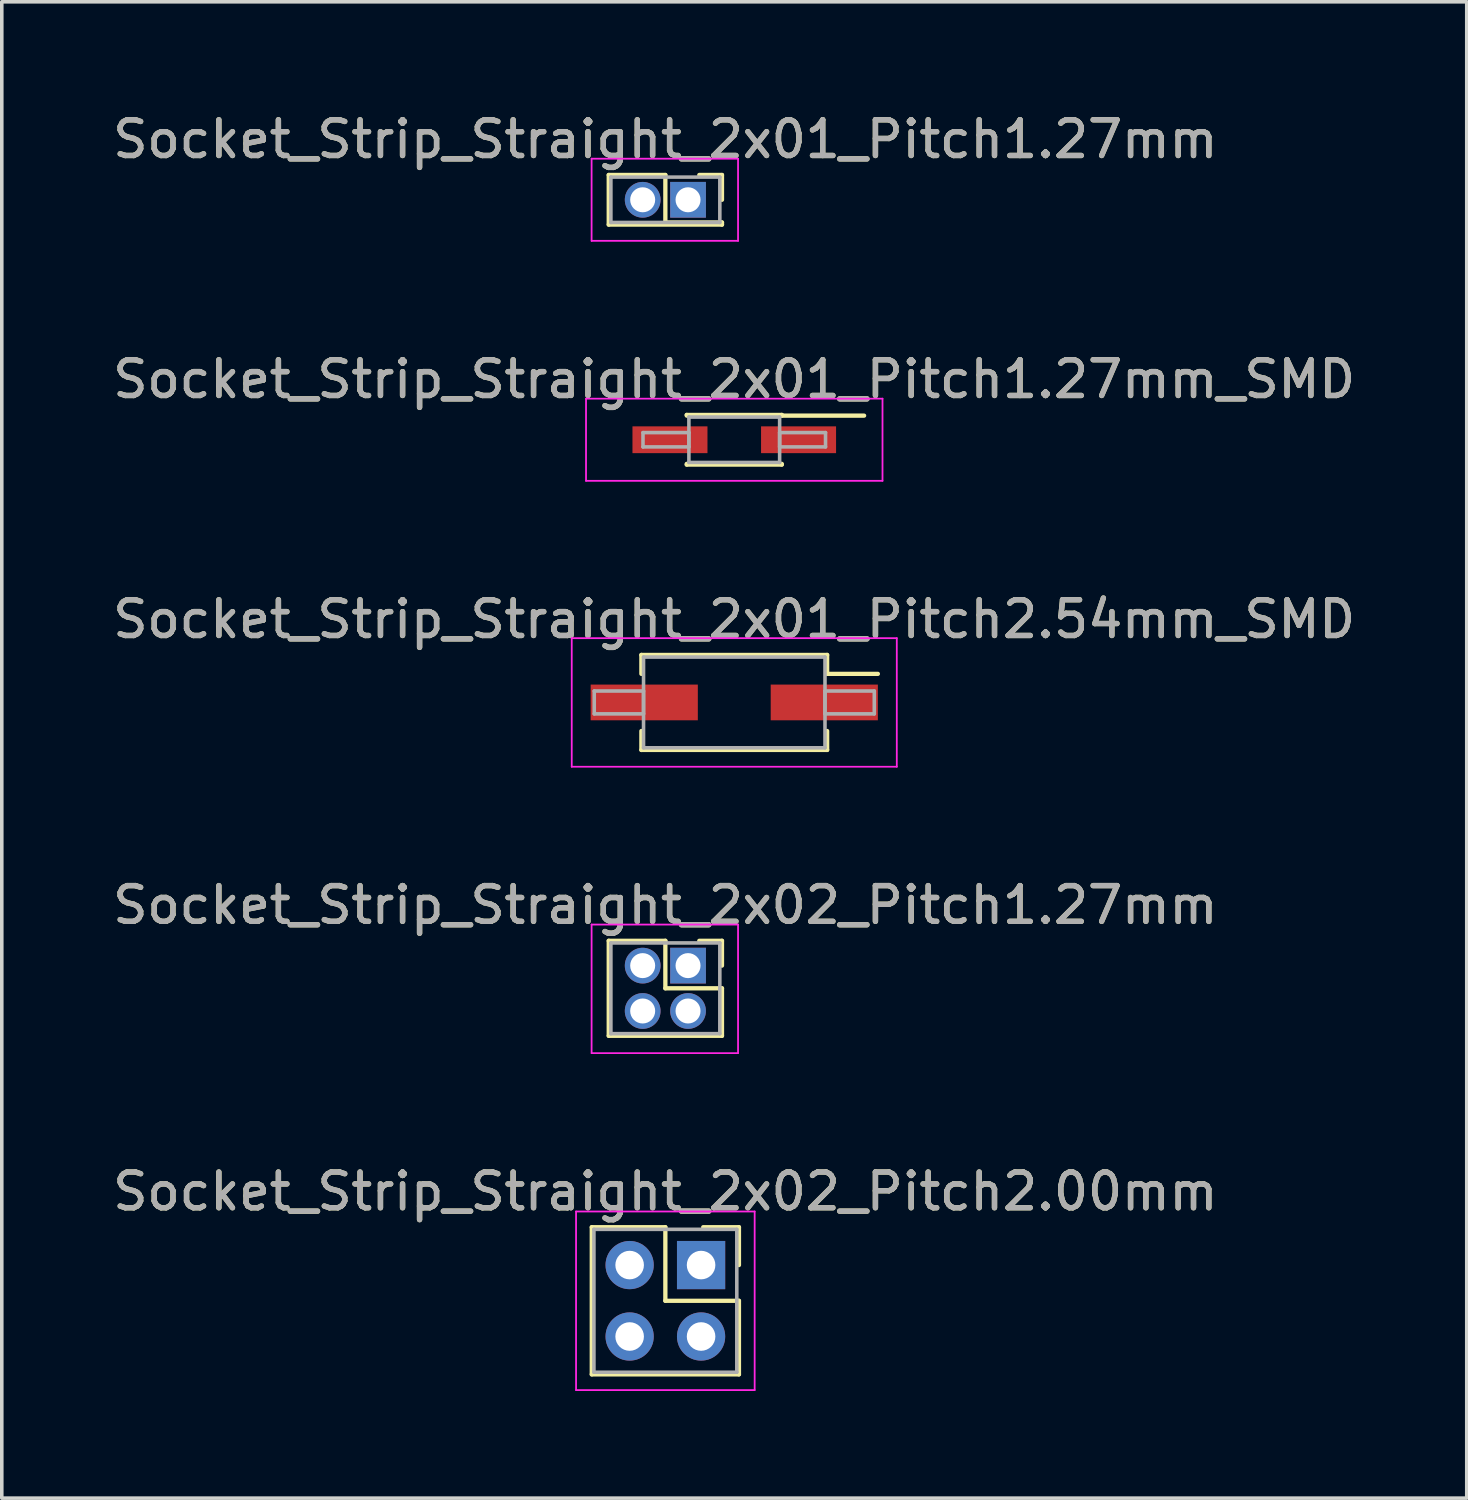
<source format=kicad_pcb>
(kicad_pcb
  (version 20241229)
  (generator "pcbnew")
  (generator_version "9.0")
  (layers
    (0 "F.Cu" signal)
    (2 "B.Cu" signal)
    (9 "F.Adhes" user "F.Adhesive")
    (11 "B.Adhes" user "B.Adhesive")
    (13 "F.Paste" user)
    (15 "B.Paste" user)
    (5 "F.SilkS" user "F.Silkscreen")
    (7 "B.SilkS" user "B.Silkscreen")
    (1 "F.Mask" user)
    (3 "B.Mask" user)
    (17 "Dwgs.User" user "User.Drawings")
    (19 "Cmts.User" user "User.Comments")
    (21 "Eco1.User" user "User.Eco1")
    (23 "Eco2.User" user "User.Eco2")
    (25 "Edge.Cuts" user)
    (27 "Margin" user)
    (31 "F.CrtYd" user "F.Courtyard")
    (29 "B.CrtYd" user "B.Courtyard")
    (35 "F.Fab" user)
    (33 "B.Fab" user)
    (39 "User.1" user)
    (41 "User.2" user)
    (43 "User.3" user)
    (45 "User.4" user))
  (footprint "Socket_Strip_Straight_2x01_Pitch1.27mm_SMD"
    (layer "F.Cu")
    (at 17.506 9.261)
    (property "Reference" "Socket_Strip_Straight_2x01_Pitch1.27mm_SMD" (at 0 -1.695 0) (layer "F.SilkS") (effects (font (size 1 1) (thickness 0.15))))
    (attr smd)
    (fp_line (start -1.33 -0.695) (end 1.33 -0.695) (stroke (width 0.12) (type solid)) (layer "F.SilkS"))
    (fp_line (start -1.33 -0.675) (end -1.33 -0.695) (stroke (width 0.12) (type solid)) (layer "F.SilkS"))
    (fp_line (start -1.33 0.675) (end -1.33 0.695) (stroke (width 0.12) (type solid)) (layer "F.SilkS"))
    (fp_line (start -1.33 0.695) (end 1.33 0.695) (stroke (width 0.12) (type solid)) (layer "F.SilkS"))
    (fp_line (start 1.33 -0.695) (end 1.33 -0.675) (stroke (width 0.12) (type solid)) (layer "F.SilkS"))
    (fp_line (start 1.33 0.695) (end 1.33 0.675) (stroke (width 0.12) (type solid)) (layer "F.SilkS"))
    (fp_line (start 3.635 -0.675) (end 1.33 -0.675) (stroke (width 0.12) (type solid)) (layer "F.SilkS"))
    (fp_line (start -4.15 -1.15) (end -4.15 1.15) (stroke (width 0.05) (type solid)) (layer "F.CrtYd"))
    (fp_line (start -4.15 1.15) (end 4.15 1.15) (stroke (width 0.05) (type solid)) (layer "F.CrtYd"))
    (fp_line (start 4.15 -1.15) (end -4.15 -1.15) (stroke (width 0.05) (type solid)) (layer "F.CrtYd"))
    (fp_line (start 4.15 1.15) (end 4.15 -1.15) (stroke (width 0.05) (type solid)) (layer "F.CrtYd"))
    (fp_line (start -2.555 -0.2) (end -1.27 -0.2) (stroke (width 0.1) (type solid)) (layer "F.Fab"))
    (fp_line (start -2.555 0.2) (end -2.555 -0.2) (stroke (width 0.1) (type solid)) (layer "F.Fab"))
    (fp_line (start -1.27 -0.635) (end -1.27 0.635) (stroke (width 0.1) (type solid)) (layer "F.Fab"))
    (fp_line (start -1.27 -0.2) (end -1.27 0.2) (stroke (width 0.1) (type solid)) (layer "F.Fab"))
    (fp_line (start -1.27 0.2) (end -2.555 0.2) (stroke (width 0.1) (type solid)) (layer "F.Fab"))
    (fp_line (start -1.27 0.635) (end 1.27 0.635) (stroke (width 0.1) (type solid)) (layer "F.Fab"))
    (fp_line (start 1.27 -0.635) (end -1.27 -0.635) (stroke (width 0.1) (type solid)) (layer "F.Fab"))
    (fp_line (start 1.27 -0.2) (end 1.27 0.2) (stroke (width 0.1) (type solid)) (layer "F.Fab"))
    (fp_line (start 1.27 0.2) (end 2.555 0.2) (stroke (width 0.1) (type solid)) (layer "F.Fab"))
    (fp_line (start 1.27 0.635) (end 1.27 -0.635) (stroke (width 0.1) (type solid)) (layer "F.Fab"))
    (fp_line (start 2.555 -0.2) (end 1.27 -0.2) (stroke (width 0.1) (type solid)) (layer "F.Fab"))
    (fp_line (start 2.555 0.2) (end 2.555 -0.2) (stroke (width 0.1) (type solid)) (layer "F.Fab"))
    (fp_text user "${REFERENCE}" (at 0 -1.695 0) (layer "F.Fab") (effects (font (size 1 1) (thickness 0.15))))
    (pad "1" smd rect (at 1.8 0) (size 2.1 0.75) (layers "F.Cu" "F.Mask" "F.Paste"))
    (pad "2" smd rect (at -1.8 0) (size 2.1 0.75) (layers "F.Cu" "F.Mask" "F.Paste")))
  (footprint "Socket_Strip_Straight_2x02_Pitch1.27mm"
    (layer "F.Cu")
    (at 16.212 23.983)
    (property "Reference" "Socket_Strip_Straight_2x02_Pitch1.27mm" (at -0.635 -1.695 0) (layer "F.SilkS") (effects (font (size 1 1) (thickness 0.15))))
    (attr through_hole)
    (fp_line (start -2.22 -0.695) (end -0.635 -0.695) (stroke (width 0.12) (type solid)) (layer "F.SilkS"))
    (fp_line (start -2.22 1.965) (end -2.22 -0.695) (stroke (width 0.12) (type solid)) (layer "F.SilkS"))
    (fp_line (start -0.635 -0.695) (end -0.635 0.635) (stroke (width 0.12) (type solid)) (layer "F.SilkS"))
    (fp_line (start -0.635 0.635) (end 0.95 0.635) (stroke (width 0.12) (type solid)) (layer "F.SilkS"))
    (fp_line (start 0.95 -0.695) (end 0.315 -0.695) (stroke (width 0.12) (type solid)) (layer "F.SilkS"))
    (fp_line (start 0.95 0) (end 0.95 -0.695) (stroke (width 0.12) (type solid)) (layer "F.SilkS"))
    (fp_line (start 0.95 0.635) (end 0.95 1.965) (stroke (width 0.12) (type solid)) (layer "F.SilkS"))
    (fp_line (start 0.95 1.965) (end -2.22 1.965) (stroke (width 0.12) (type solid)) (layer "F.SilkS"))
    (fp_line (start -2.7 -1.15) (end -2.7 2.45) (stroke (width 0.05) (type solid)) (layer "F.CrtYd"))
    (fp_line (start -2.7 2.45) (end 1.4 2.45) (stroke (width 0.05) (type solid)) (layer "F.CrtYd"))
    (fp_line (start 1.4 -1.15) (end -2.7 -1.15) (stroke (width 0.05) (type solid)) (layer "F.CrtYd"))
    (fp_line (start 1.4 2.45) (end 1.4 -1.15) (stroke (width 0.05) (type solid)) (layer "F.CrtYd"))
    (fp_line (start -2.16 -0.635) (end -2.16 1.905) (stroke (width 0.1) (type solid)) (layer "F.Fab"))
    (fp_line (start -2.16 1.905) (end 0.89 1.905) (stroke (width 0.1) (type solid)) (layer "F.Fab"))
    (fp_line (start 0.89 -0.635) (end -2.16 -0.635) (stroke (width 0.1) (type solid)) (layer "F.Fab"))
    (fp_line (start 0.89 1.905) (end 0.89 -0.635) (stroke (width 0.1) (type solid)) (layer "F.Fab"))
    (fp_text user "${REFERENCE}" (at -0.635 -1.695 0) (layer "F.Fab") (effects (font (size 1 1) (thickness 0.15))))
    (pad "1" thru_hole rect (at 0 0) (size 1 1) (drill 0.7) (layers "*.Cu" "*.Mask"))
    (pad "2" thru_hole oval (at -1.27 0) (size 1 1) (drill 0.7) (layers "*.Cu" "*.Mask"))
    (pad "3" thru_hole oval (at 0 1.27) (size 1 1) (drill 0.7) (layers "*.Cu" "*.Mask"))
    (pad "4" thru_hole oval (at -1.27 1.27) (size 1 1) (drill 0.7) (layers "*.Cu" "*.Mask")))
  (footprint "Socket_Strip_Straight_2x01_Pitch1.27mm"
    (layer "F.Cu")
    (at 16.212 2.543)
    (property "Reference" "Socket_Strip_Straight_2x01_Pitch1.27mm" (at -0.635 -1.695 0) (layer "F.SilkS") (effects (font (size 1 1) (thickness 0.15))))
    (attr through_hole)
    (fp_line (start -2.22 -0.695) (end -0.635 -0.695) (stroke (width 0.12) (type solid)) (layer "F.SilkS"))
    (fp_line (start -2.22 0.695) (end -2.22 -0.695) (stroke (width 0.12) (type solid)) (layer "F.SilkS"))
    (fp_line (start -0.635 -0.695) (end -0.635 0.635) (stroke (width 0.12) (type solid)) (layer "F.SilkS"))
    (fp_line (start -0.635 0.635) (end 0.95 0.635) (stroke (width 0.12) (type solid)) (layer "F.SilkS"))
    (fp_line (start 0.95 -0.695) (end 0.315 -0.695) (stroke (width 0.12) (type solid)) (layer "F.SilkS"))
    (fp_line (start 0.95 0) (end 0.95 -0.695) (stroke (width 0.12) (type solid)) (layer "F.SilkS"))
    (fp_line (start 0.95 0.635) (end 0.95 0.695) (stroke (width 0.12) (type solid)) (layer "F.SilkS"))
    (fp_line (start 0.95 0.695) (end -2.22 0.695) (stroke (width 0.12) (type solid)) (layer "F.SilkS"))
    (fp_line (start -2.7 -1.15) (end -2.7 1.15) (stroke (width 0.05) (type solid)) (layer "F.CrtYd"))
    (fp_line (start -2.7 1.15) (end 1.4 1.15) (stroke (width 0.05) (type solid)) (layer "F.CrtYd"))
    (fp_line (start 1.4 -1.15) (end -2.7 -1.15) (stroke (width 0.05) (type solid)) (layer "F.CrtYd"))
    (fp_line (start 1.4 1.15) (end 1.4 -1.15) (stroke (width 0.05) (type solid)) (layer "F.CrtYd"))
    (fp_line (start -2.16 -0.635) (end -2.16 0.635) (stroke (width 0.1) (type solid)) (layer "F.Fab"))
    (fp_line (start -2.16 0.635) (end 0.89 0.635) (stroke (width 0.1) (type solid)) (layer "F.Fab"))
    (fp_line (start 0.89 -0.635) (end -2.16 -0.635) (stroke (width 0.1) (type solid)) (layer "F.Fab"))
    (fp_line (start 0.89 0.635) (end 0.89 -0.635) (stroke (width 0.1) (type solid)) (layer "F.Fab"))
    (fp_text user "${REFERENCE}" (at -0.635 -1.695 0) (layer "F.Fab") (effects (font (size 1 1) (thickness 0.15))))
    (pad "1" thru_hole rect (at 0 0) (size 1 1) (drill 0.7) (layers "*.Cu" "*.Mask"))
    (pad "2" thru_hole oval (at -1.27 0) (size 1 1) (drill 0.7) (layers "*.Cu" "*.Mask")))
  (footprint "Socket_Strip_Straight_2x02_Pitch2.00mm"
    (layer "F.Cu")
    (at 16.577 32.366)
    (property "Reference" "Socket_Strip_Straight_2x02_Pitch2.00mm" (at -1 -2.06 0) (layer "F.SilkS") (effects (font (size 1 1) (thickness 0.15))))
    (attr through_hole)
    (fp_line (start -3.06 -1.06) (end -1 -1.06) (stroke (width 0.12) (type solid)) (layer "F.SilkS"))
    (fp_line (start -3.06 3.06) (end -3.06 -1.06) (stroke (width 0.12) (type solid)) (layer "F.SilkS"))
    (fp_line (start -1 -1.06) (end -1 1) (stroke (width 0.12) (type solid)) (layer "F.SilkS"))
    (fp_line (start -1 1) (end 1.06 1) (stroke (width 0.12) (type solid)) (layer "F.SilkS"))
    (fp_line (start 1.06 -1.06) (end 0.06 -1.06) (stroke (width 0.12) (type solid)) (layer "F.SilkS"))
    (fp_line (start 1.06 0) (end 1.06 -1.06) (stroke (width 0.12) (type solid)) (layer "F.SilkS"))
    (fp_line (start 1.06 1) (end 1.06 3.06) (stroke (width 0.12) (type solid)) (layer "F.SilkS"))
    (fp_line (start 1.06 3.06) (end -3.06 3.06) (stroke (width 0.12) (type solid)) (layer "F.SilkS"))
    (fp_line (start -3.5 -1.5) (end -3.5 3.5) (stroke (width 0.05) (type solid)) (layer "F.CrtYd"))
    (fp_line (start -3.5 3.5) (end 1.5 3.5) (stroke (width 0.05) (type solid)) (layer "F.CrtYd"))
    (fp_line (start 1.5 -1.5) (end -3.5 -1.5) (stroke (width 0.05) (type solid)) (layer "F.CrtYd"))
    (fp_line (start 1.5 3.5) (end 1.5 -1.5) (stroke (width 0.05) (type solid)) (layer "F.CrtYd"))
    (fp_line (start -3 -1) (end -3 3) (stroke (width 0.1) (type solid)) (layer "F.Fab"))
    (fp_line (start -3 3) (end 1 3) (stroke (width 0.1) (type solid)) (layer "F.Fab"))
    (fp_line (start 1 -1) (end -3 -1) (stroke (width 0.1) (type solid)) (layer "F.Fab"))
    (fp_line (start 1 3) (end 1 -1) (stroke (width 0.1) (type solid)) (layer "F.Fab"))
    (fp_text user "${REFERENCE}" (at -1 -2.06 0) (layer "F.Fab") (effects (font (size 1 1) (thickness 0.15))))
    (pad "1" thru_hole rect (at 0 0) (size 1.35 1.35) (drill 0.8) (layers "*.Cu" "*.Mask"))
    (pad "2" thru_hole oval (at -2 0) (size 1.35 1.35) (drill 0.8) (layers "*.Cu" "*.Mask"))
    (pad "3" thru_hole oval (at 0 2) (size 1.35 1.35) (drill 0.8) (layers "*.Cu" "*.Mask"))
    (pad "4" thru_hole oval (at -2 2) (size 1.35 1.35) (drill 0.8) (layers "*.Cu" "*.Mask")))
  (footprint "Socket_Strip_Straight_2x01_Pitch2.54mm_SMD"
    (layer "F.Cu")
    (at 17.506 16.615)
    (property "Reference" "Socket_Strip_Straight_2x01_Pitch2.54mm_SMD" (at 0 -2.33 0) (layer "F.SilkS") (effects (font (size 1 1) (thickness 0.15))))
    (attr smd)
    (fp_line (start -2.6 -1.33) (end 2.6 -1.33) (stroke (width 0.12) (type solid)) (layer "F.SilkS"))
    (fp_line (start -2.6 -0.8) (end -2.6 -1.33) (stroke (width 0.12) (type solid)) (layer "F.SilkS"))
    (fp_line (start -2.6 0.8) (end -2.6 1.33) (stroke (width 0.12) (type solid)) (layer "F.SilkS"))
    (fp_line (start -2.6 1.33) (end 2.6 1.33) (stroke (width 0.12) (type solid)) (layer "F.SilkS"))
    (fp_line (start 2.6 -1.33) (end 2.6 -0.8) (stroke (width 0.12) (type solid)) (layer "F.SilkS"))
    (fp_line (start 2.6 1.33) (end 2.6 0.8) (stroke (width 0.12) (type solid)) (layer "F.SilkS"))
    (fp_line (start 4.02 -0.8) (end 2.6 -0.8) (stroke (width 0.12) (type solid)) (layer "F.SilkS"))
    (fp_line (start -4.55 -1.8) (end -4.55 1.8) (stroke (width 0.05) (type solid)) (layer "F.CrtYd"))
    (fp_line (start -4.55 1.8) (end 4.55 1.8) (stroke (width 0.05) (type solid)) (layer "F.CrtYd"))
    (fp_line (start 4.55 -1.8) (end -4.55 -1.8) (stroke (width 0.05) (type solid)) (layer "F.CrtYd"))
    (fp_line (start 4.55 1.8) (end 4.55 -1.8) (stroke (width 0.05) (type solid)) (layer "F.CrtYd"))
    (fp_line (start -3.92 -0.32) (end -2.54 -0.32) (stroke (width 0.1) (type solid)) (layer "F.Fab"))
    (fp_line (start -3.92 0.32) (end -3.92 -0.32) (stroke (width 0.1) (type solid)) (layer "F.Fab"))
    (fp_line (start -2.54 -1.27) (end -2.54 1.27) (stroke (width 0.1) (type solid)) (layer "F.Fab"))
    (fp_line (start -2.54 -0.32) (end -2.54 0.32) (stroke (width 0.1) (type solid)) (layer "F.Fab"))
    (fp_line (start -2.54 0.32) (end -3.92 0.32) (stroke (width 0.1) (type solid)) (layer "F.Fab"))
    (fp_line (start -2.54 1.27) (end 2.54 1.27) (stroke (width 0.1) (type solid)) (layer "F.Fab"))
    (fp_line (start 2.54 -1.27) (end -2.54 -1.27) (stroke (width 0.1) (type solid)) (layer "F.Fab"))
    (fp_line (start 2.54 -0.32) (end 2.54 0.32) (stroke (width 0.1) (type solid)) (layer "F.Fab"))
    (fp_line (start 2.54 0.32) (end 3.92 0.32) (stroke (width 0.1) (type solid)) (layer "F.Fab"))
    (fp_line (start 2.54 1.27) (end 2.54 -1.27) (stroke (width 0.1) (type solid)) (layer "F.Fab"))
    (fp_line (start 3.92 -0.32) (end 2.54 -0.32) (stroke (width 0.1) (type solid)) (layer "F.Fab"))
    (fp_line (start 3.92 0.32) (end 3.92 -0.32) (stroke (width 0.1) (type solid)) (layer "F.Fab"))
    (fp_text user "${REFERENCE}" (at 0 -2.33 0) (layer "F.Fab") (effects (font (size 1 1) (thickness 0.15))))
    (pad "1" smd rect (at 2.52 0) (size 3 1) (layers "F.Cu" "F.Mask" "F.Paste"))
    (pad "2" smd rect (at -2.52 0) (size 3 1) (layers "F.Cu" "F.Mask" "F.Paste")))
  (gr_rect
    (start -3 -3)
    (end 38.012 38.891)
    (stroke (width 0.1) (type default))
    (fill no)
    (layer "Edge.Cuts")))
</source>
